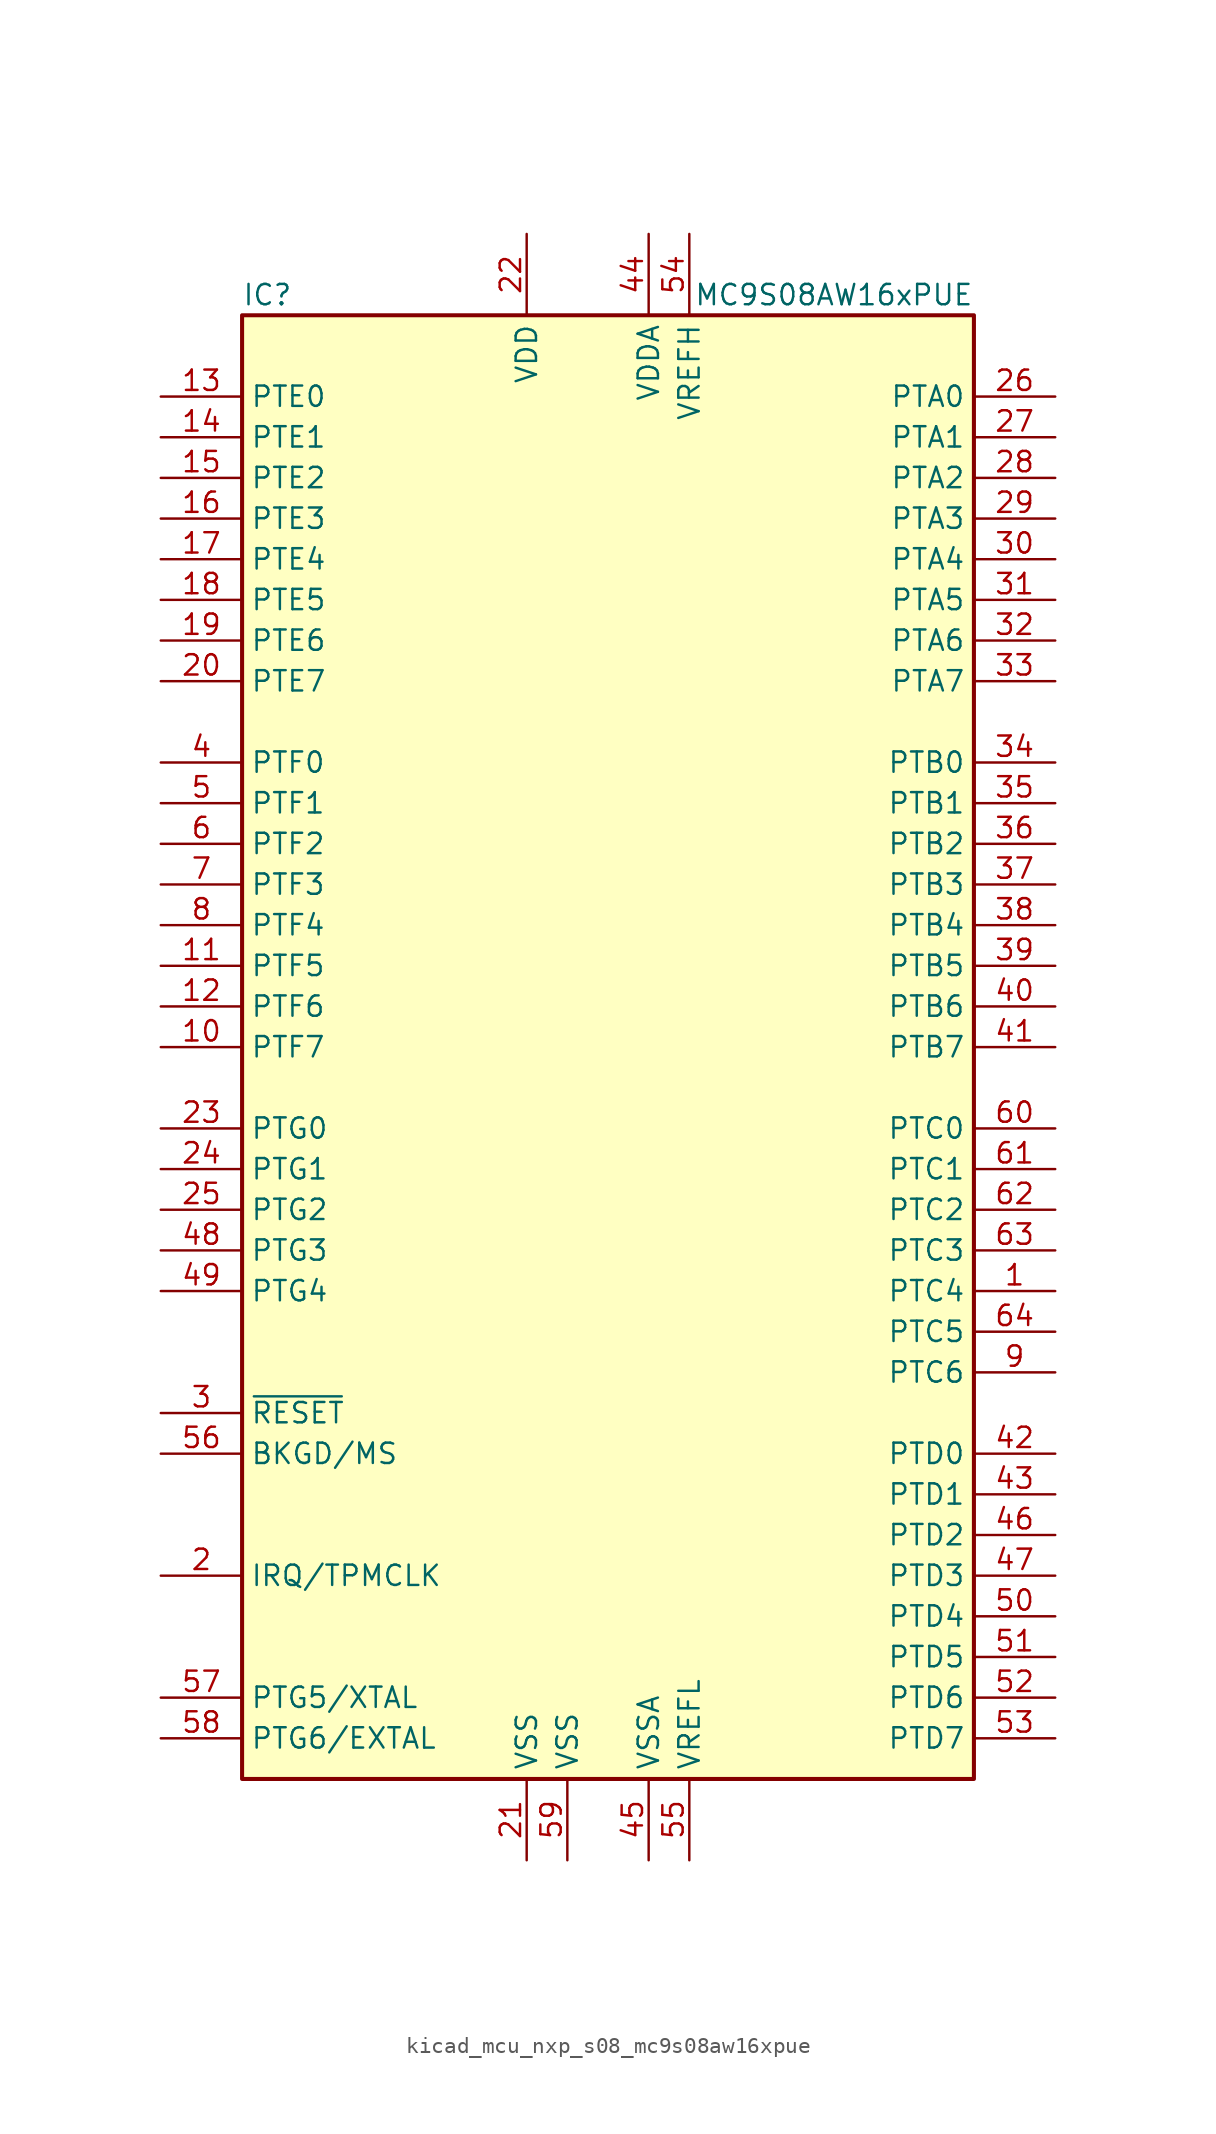
<source format=kicad_sym>
(kicad_symbol_lib
  (version 20220914)
  (generator kicad_symbol_editor)
  (symbol "kicad_mcu_nxp_s08_mc9s08aw16xpue"
    (property "Reference" "IC"
      (at -22.86 46.99 0)
      (effects (font (size 1.27 1.27)) (justify left)))
    (property "Value" "MC9S08AW16xPUE"
      (at 22.86 46.99 0)
      (effects (font (size 1.27 1.27)) (justify right)))
    (symbol "kicad_mcu_nxp_s08_mc9s08aw16xpue_0_1"
      (rectangle (start -22.86 45.72) (end 22.86 -45.72) (stroke (width 0.254) (type default)) (fill (type background))))
    (symbol "kicad_mcu_nxp_s08_mc9s08aw16xpue_1_1"
      (pin bidirectional line (at 27.94 -15.24 180) (length 5.08) (name "PTC4" (effects (font (size 1.27 1.27)))) (number "1" (effects (font (size 1.27 1.27)))))
      (pin bidirectional line (at -27.94 0 0) (length 5.08) (name "PTF7" (effects (font (size 1.27 1.27)))) (number "10" (effects (font (size 1.27 1.27)))))
      (pin bidirectional line (at -27.94 5.08 0) (length 5.08) (name "PTF5" (effects (font (size 1.27 1.27)))) (number "11" (effects (font (size 1.27 1.27)))))
      (pin bidirectional line (at -27.94 2.54 0) (length 5.08) (name "PTF6" (effects (font (size 1.27 1.27)))) (number "12" (effects (font (size 1.27 1.27)))))
      (pin bidirectional line (at -27.94 40.64 0) (length 5.08) (name "PTE0" (effects (font (size 1.27 1.27)))) (number "13" (effects (font (size 1.27 1.27)))))
      (pin bidirectional line (at -27.94 38.1 0) (length 5.08) (name "PTE1" (effects (font (size 1.27 1.27)))) (number "14" (effects (font (size 1.27 1.27)))))
      (pin bidirectional line (at -27.94 35.56 0) (length 5.08) (name "PTE2" (effects (font (size 1.27 1.27)))) (number "15" (effects (font (size 1.27 1.27)))))
      (pin bidirectional line (at -27.94 33.02 0) (length 5.08) (name "PTE3" (effects (font (size 1.27 1.27)))) (number "16" (effects (font (size 1.27 1.27)))))
      (pin bidirectional line (at -27.94 30.48 0) (length 5.08) (name "PTE4" (effects (font (size 1.27 1.27)))) (number "17" (effects (font (size 1.27 1.27)))))
      (pin bidirectional line (at -27.94 27.94 0) (length 5.08) (name "PTE5" (effects (font (size 1.27 1.27)))) (number "18" (effects (font (size 1.27 1.27)))))
      (pin bidirectional line (at -27.94 25.4 0) (length 5.08) (name "PTE6" (effects (font (size 1.27 1.27)))) (number "19" (effects (font (size 1.27 1.27)))))
      (pin input line (at -27.94 -33.02 0) (length 5.08) (name "IRQ/TPMCLK" (effects (font (size 1.27 1.27)))) (number "2" (effects (font (size 1.27 1.27)))))
      (pin bidirectional line (at -27.94 22.86 0) (length 5.08) (name "PTE7" (effects (font (size 1.27 1.27)))) (number "20" (effects (font (size 1.27 1.27)))))
      (pin power_in line (at -5.08 -50.8 90) (length 5.08) (name "VSS" (effects (font (size 1.27 1.27)))) (number "21" (effects (font (size 1.27 1.27)))))
      (pin power_in line (at -5.08 50.8 270) (length 5.08) (name "VDD" (effects (font (size 1.27 1.27)))) (number "22" (effects (font (size 1.27 1.27)))))
      (pin bidirectional line (at -27.94 -5.08 0) (length 5.08) (name "PTG0" (effects (font (size 1.27 1.27)))) (number "23" (effects (font (size 1.27 1.27)))))
      (pin bidirectional line (at -27.94 -7.62 0) (length 5.08) (name "PTG1" (effects (font (size 1.27 1.27)))) (number "24" (effects (font (size 1.27 1.27)))))
      (pin bidirectional line (at -27.94 -10.16 0) (length 5.08) (name "PTG2" (effects (font (size 1.27 1.27)))) (number "25" (effects (font (size 1.27 1.27)))))
      (pin bidirectional line (at 27.94 40.64 180) (length 5.08) (name "PTA0" (effects (font (size 1.27 1.27)))) (number "26" (effects (font (size 1.27 1.27)))))
      (pin bidirectional line (at 27.94 38.1 180) (length 5.08) (name "PTA1" (effects (font (size 1.27 1.27)))) (number "27" (effects (font (size 1.27 1.27)))))
      (pin bidirectional line (at 27.94 35.56 180) (length 5.08) (name "PTA2" (effects (font (size 1.27 1.27)))) (number "28" (effects (font (size 1.27 1.27)))))
      (pin bidirectional line (at 27.94 33.02 180) (length 5.08) (name "PTA3" (effects (font (size 1.27 1.27)))) (number "29" (effects (font (size 1.27 1.27)))))
      (pin input line (at -27.94 -22.86 0) (length 5.08) (name "~{RESET}" (effects (font (size 1.27 1.27)))) (number "3" (effects (font (size 1.27 1.27)))))
      (pin bidirectional line (at 27.94 30.48 180) (length 5.08) (name "PTA4" (effects (font (size 1.27 1.27)))) (number "30" (effects (font (size 1.27 1.27)))))
      (pin bidirectional line (at 27.94 27.94 180) (length 5.08) (name "PTA5" (effects (font (size 1.27 1.27)))) (number "31" (effects (font (size 1.27 1.27)))))
      (pin bidirectional line (at 27.94 25.4 180) (length 5.08) (name "PTA6" (effects (font (size 1.27 1.27)))) (number "32" (effects (font (size 1.27 1.27)))))
      (pin bidirectional line (at 27.94 22.86 180) (length 5.08) (name "PTA7" (effects (font (size 1.27 1.27)))) (number "33" (effects (font (size 1.27 1.27)))))
      (pin bidirectional line (at 27.94 17.78 180) (length 5.08) (name "PTB0" (effects (font (size 1.27 1.27)))) (number "34" (effects (font (size 1.27 1.27)))))
      (pin bidirectional line (at 27.94 15.24 180) (length 5.08) (name "PTB1" (effects (font (size 1.27 1.27)))) (number "35" (effects (font (size 1.27 1.27)))))
      (pin bidirectional line (at 27.94 12.7 180) (length 5.08) (name "PTB2" (effects (font (size 1.27 1.27)))) (number "36" (effects (font (size 1.27 1.27)))))
      (pin bidirectional line (at 27.94 10.16 180) (length 5.08) (name "PTB3" (effects (font (size 1.27 1.27)))) (number "37" (effects (font (size 1.27 1.27)))))
      (pin bidirectional line (at 27.94 7.62 180) (length 5.08) (name "PTB4" (effects (font (size 1.27 1.27)))) (number "38" (effects (font (size 1.27 1.27)))))
      (pin bidirectional line (at 27.94 5.08 180) (length 5.08) (name "PTB5" (effects (font (size 1.27 1.27)))) (number "39" (effects (font (size 1.27 1.27)))))
      (pin bidirectional line (at -27.94 17.78 0) (length 5.08) (name "PTF0" (effects (font (size 1.27 1.27)))) (number "4" (effects (font (size 1.27 1.27)))))
      (pin bidirectional line (at 27.94 2.54 180) (length 5.08) (name "PTB6" (effects (font (size 1.27 1.27)))) (number "40" (effects (font (size 1.27 1.27)))))
      (pin bidirectional line (at 27.94 0 180) (length 5.08) (name "PTB7" (effects (font (size 1.27 1.27)))) (number "41" (effects (font (size 1.27 1.27)))))
      (pin bidirectional line (at 27.94 -25.4 180) (length 5.08) (name "PTD0" (effects (font (size 1.27 1.27)))) (number "42" (effects (font (size 1.27 1.27)))))
      (pin bidirectional line (at 27.94 -27.94 180) (length 5.08) (name "PTD1" (effects (font (size 1.27 1.27)))) (number "43" (effects (font (size 1.27 1.27)))))
      (pin power_in line (at 2.54 50.8 270) (length 5.08) (name "VDDA" (effects (font (size 1.27 1.27)))) (number "44" (effects (font (size 1.27 1.27)))))
      (pin power_in line (at 2.54 -50.8 90) (length 5.08) (name "VSSA" (effects (font (size 1.27 1.27)))) (number "45" (effects (font (size 1.27 1.27)))))
      (pin bidirectional line (at 27.94 -30.48 180) (length 5.08) (name "PTD2" (effects (font (size 1.27 1.27)))) (number "46" (effects (font (size 1.27 1.27)))))
      (pin bidirectional line (at 27.94 -33.02 180) (length 5.08) (name "PTD3" (effects (font (size 1.27 1.27)))) (number "47" (effects (font (size 1.27 1.27)))))
      (pin bidirectional line (at -27.94 -12.7 0) (length 5.08) (name "PTG3" (effects (font (size 1.27 1.27)))) (number "48" (effects (font (size 1.27 1.27)))))
      (pin bidirectional line (at -27.94 -15.24 0) (length 5.08) (name "PTG4" (effects (font (size 1.27 1.27)))) (number "49" (effects (font (size 1.27 1.27)))))
      (pin bidirectional line (at -27.94 15.24 0) (length 5.08) (name "PTF1" (effects (font (size 1.27 1.27)))) (number "5" (effects (font (size 1.27 1.27)))))
      (pin bidirectional line (at 27.94 -35.56 180) (length 5.08) (name "PTD4" (effects (font (size 1.27 1.27)))) (number "50" (effects (font (size 1.27 1.27)))))
      (pin bidirectional line (at 27.94 -38.1 180) (length 5.08) (name "PTD5" (effects (font (size 1.27 1.27)))) (number "51" (effects (font (size 1.27 1.27)))))
      (pin bidirectional line (at 27.94 -40.64 180) (length 5.08) (name "PTD6" (effects (font (size 1.27 1.27)))) (number "52" (effects (font (size 1.27 1.27)))))
      (pin bidirectional line (at 27.94 -43.18 180) (length 5.08) (name "PTD7" (effects (font (size 1.27 1.27)))) (number "53" (effects (font (size 1.27 1.27)))))
      (pin power_in line (at 5.08 50.8 270) (length 5.08) (name "VREFH" (effects (font (size 1.27 1.27)))) (number "54" (effects (font (size 1.27 1.27)))))
      (pin power_in line (at 5.08 -50.8 90) (length 5.08) (name "VREFL" (effects (font (size 1.27 1.27)))) (number "55" (effects (font (size 1.27 1.27)))))
      (pin bidirectional line (at -27.94 -25.4 0) (length 5.08) (name "BKGD/MS" (effects (font (size 1.27 1.27)))) (number "56" (effects (font (size 1.27 1.27)))))
      (pin bidirectional line (at -27.94 -40.64 0) (length 5.08) (name "PTG5/XTAL" (effects (font (size 1.27 1.27)))) (number "57" (effects (font (size 1.27 1.27)))))
      (pin bidirectional line (at -27.94 -43.18 0) (length 5.08) (name "PTG6/EXTAL" (effects (font (size 1.27 1.27)))) (number "58" (effects (font (size 1.27 1.27)))))
      (pin power_in line (at -2.54 -50.8 90) (length 5.08) (name "VSS" (effects (font (size 1.27 1.27)))) (number "59" (effects (font (size 1.27 1.27)))))
      (pin bidirectional line (at -27.94 12.7 0) (length 5.08) (name "PTF2" (effects (font (size 1.27 1.27)))) (number "6" (effects (font (size 1.27 1.27)))))
      (pin bidirectional line (at 27.94 -5.08 180) (length 5.08) (name "PTC0" (effects (font (size 1.27 1.27)))) (number "60" (effects (font (size 1.27 1.27)))))
      (pin bidirectional line (at 27.94 -7.62 180) (length 5.08) (name "PTC1" (effects (font (size 1.27 1.27)))) (number "61" (effects (font (size 1.27 1.27)))))
      (pin bidirectional line (at 27.94 -10.16 180) (length 5.08) (name "PTC2" (effects (font (size 1.27 1.27)))) (number "62" (effects (font (size 1.27 1.27)))))
      (pin bidirectional line (at 27.94 -12.7 180) (length 5.08) (name "PTC3" (effects (font (size 1.27 1.27)))) (number "63" (effects (font (size 1.27 1.27)))))
      (pin bidirectional line (at 27.94 -17.78 180) (length 5.08) (name "PTC5" (effects (font (size 1.27 1.27)))) (number "64" (effects (font (size 1.27 1.27)))))
      (pin bidirectional line (at -27.94 10.16 0) (length 5.08) (name "PTF3" (effects (font (size 1.27 1.27)))) (number "7" (effects (font (size 1.27 1.27)))))
      (pin bidirectional line (at -27.94 7.62 0) (length 5.08) (name "PTF4" (effects (font (size 1.27 1.27)))) (number "8" (effects (font (size 1.27 1.27)))))
      (pin bidirectional line (at 27.94 -20.32 180) (length 5.08) (name "PTC6" (effects (font (size 1.27 1.27)))) (number "9" (effects (font (size 1.27 1.27))))))))
</source>
